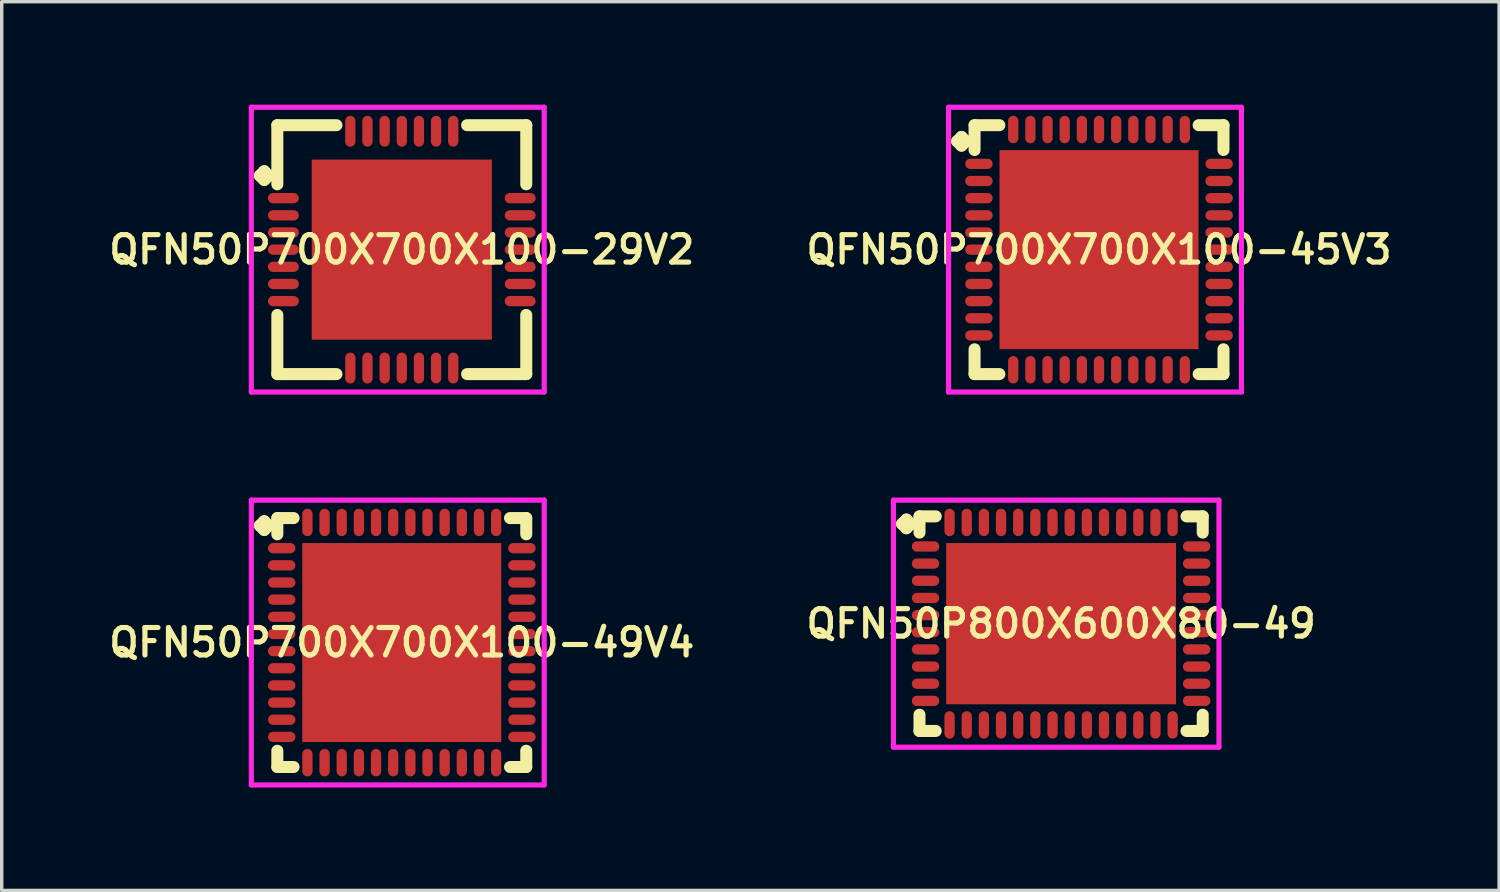
<source format=kicad_pcb>
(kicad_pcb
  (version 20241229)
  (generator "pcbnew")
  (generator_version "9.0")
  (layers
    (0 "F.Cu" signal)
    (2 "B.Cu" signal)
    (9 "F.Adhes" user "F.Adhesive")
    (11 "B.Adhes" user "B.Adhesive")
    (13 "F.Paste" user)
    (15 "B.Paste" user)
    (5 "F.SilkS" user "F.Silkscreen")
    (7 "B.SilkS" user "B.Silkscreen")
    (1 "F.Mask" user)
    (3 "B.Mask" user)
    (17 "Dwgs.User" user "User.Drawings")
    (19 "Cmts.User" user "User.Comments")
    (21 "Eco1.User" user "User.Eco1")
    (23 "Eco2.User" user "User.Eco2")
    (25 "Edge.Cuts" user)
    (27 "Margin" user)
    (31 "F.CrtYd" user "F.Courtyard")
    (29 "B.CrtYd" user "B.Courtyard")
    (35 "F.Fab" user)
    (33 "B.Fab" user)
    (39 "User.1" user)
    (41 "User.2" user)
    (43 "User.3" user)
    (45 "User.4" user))
  (footprint "QFN50P700X700X100-49V4"
    (layer "F.Cu")
    (at 8.659 15.675)
    (property "Reference" "QFN50P700X700X100-49V4" (at 0 0 0) (layer "F.SilkS") (effects (font (size 0.8 0.8) (thickness 0.15))))
    (attr smd)
    (fp_line (start -4.135 -3.408) (end -4.008 -3.535) (stroke (width 0.35) (type solid)) (layer "F.SilkS"))
    (fp_line (start -4.008 -3.535) (end -3.881 -3.408) (stroke (width 0.35) (type solid)) (layer "F.SilkS"))
    (fp_line (start -4.008 -3.281) (end -4.135 -3.408) (stroke (width 0.35) (type solid)) (layer "F.SilkS"))
    (fp_line (start -3.881 -3.408) (end -4.008 -3.281) (stroke (width 0.35) (type solid)) (layer "F.SilkS"))
    (fp_line (start -3.627 -3.627) (end -3.154 -3.627) (stroke (width 0.35) (type solid)) (layer "F.SilkS"))
    (fp_line (start -3.627 -3.154) (end -3.627 -3.627) (stroke (width 0.35) (type solid)) (layer "F.SilkS"))
    (fp_line (start -3.627 3.154) (end -3.627 3.627) (stroke (width 0.35) (type solid)) (layer "F.SilkS"))
    (fp_line (start -3.627 3.627) (end -3.154 3.627) (stroke (width 0.35) (type solid)) (layer "F.SilkS"))
    (fp_line (start 3.154 -3.627) (end 3.627 -3.627) (stroke (width 0.35) (type solid)) (layer "F.SilkS"))
    (fp_line (start 3.154 3.627) (end 3.627 3.627) (stroke (width 0.35) (type solid)) (layer "F.SilkS"))
    (fp_line (start 3.627 -3.627) (end 3.627 -3.154) (stroke (width 0.35) (type solid)) (layer "F.SilkS"))
    (fp_line (start 3.627 3.627) (end 3.627 3.154) (stroke (width 0.35) (type solid)) (layer "F.SilkS"))
    (fp_line (start -4.385 -4.15) (end 4.15 -4.15) (stroke (width 0.15) (type solid)) (layer "F.CrtYd"))
    (fp_line (start -4.385 4.15) (end -4.385 -4.15) (stroke (width 0.15) (type solid)) (layer "F.CrtYd"))
    (fp_line (start 4.15 -4.15) (end 4.15 4.15) (stroke (width 0.15) (type solid)) (layer "F.CrtYd"))
    (fp_line (start 4.15 4.15) (end -4.385 4.15) (stroke (width 0.15) (type solid)) (layer "F.CrtYd"))
    (pad "1" smd oval (at -3.5 -2.75) (size 0.8 0.3) (layers "F.Cu" "F.Mask" "F.Paste"))
    (pad "2" smd oval (at -3.5 -2.25) (size 0.8 0.3) (layers "F.Cu" "F.Mask" "F.Paste"))
    (pad "3" smd oval (at -3.5 -1.75) (size 0.8 0.3) (layers "F.Cu" "F.Mask" "F.Paste"))
    (pad "4" smd oval (at -3.5 -1.25) (size 0.8 0.3) (layers "F.Cu" "F.Mask" "F.Paste"))
    (pad "5" smd oval (at -3.5 -0.75) (size 0.8 0.3) (layers "F.Cu" "F.Mask" "F.Paste"))
    (pad "6" smd oval (at -3.5 -0.25) (size 0.8 0.3) (layers "F.Cu" "F.Mask" "F.Paste"))
    (pad "7" smd oval (at -3.5 0.25) (size 0.8 0.3) (layers "F.Cu" "F.Mask" "F.Paste"))
    (pad "8" smd oval (at -3.5 0.75) (size 0.8 0.3) (layers "F.Cu" "F.Mask" "F.Paste"))
    (pad "9" smd oval (at -3.5 1.25) (size 0.8 0.3) (layers "F.Cu" "F.Mask" "F.Paste"))
    (pad "10" smd oval (at -3.5 1.75) (size 0.8 0.3) (layers "F.Cu" "F.Mask" "F.Paste"))
    (pad "11" smd oval (at -3.5 2.25) (size 0.8 0.3) (layers "F.Cu" "F.Mask" "F.Paste"))
    (pad "12" smd oval (at -3.5 2.75) (size 0.8 0.3) (layers "F.Cu" "F.Mask" "F.Paste"))
    (pad "13" smd oval (at -2.75 3.5) (size 0.3 0.8) (layers "F.Cu" "F.Mask" "F.Paste"))
    (pad "14" smd oval (at -2.25 3.5) (size 0.3 0.8) (layers "F.Cu" "F.Mask" "F.Paste"))
    (pad "15" smd oval (at -1.75 3.5) (size 0.3 0.8) (layers "F.Cu" "F.Mask" "F.Paste"))
    (pad "16" smd oval (at -1.25 3.5) (size 0.3 0.8) (layers "F.Cu" "F.Mask" "F.Paste"))
    (pad "17" smd oval (at -0.75 3.5) (size 0.3 0.8) (layers "F.Cu" "F.Mask" "F.Paste"))
    (pad "18" smd oval (at -0.25 3.5) (size 0.3 0.8) (layers "F.Cu" "F.Mask" "F.Paste"))
    (pad "19" smd oval (at 0.25 3.5) (size 0.3 0.8) (layers "F.Cu" "F.Mask" "F.Paste"))
    (pad "20" smd oval (at 0.75 3.5) (size 0.3 0.8) (layers "F.Cu" "F.Mask" "F.Paste"))
    (pad "21" smd oval (at 1.25 3.5) (size 0.3 0.8) (layers "F.Cu" "F.Mask" "F.Paste"))
    (pad "22" smd oval (at 1.75 3.5) (size 0.3 0.8) (layers "F.Cu" "F.Mask" "F.Paste"))
    (pad "23" smd oval (at 2.25 3.5) (size 0.3 0.8) (layers "F.Cu" "F.Mask" "F.Paste"))
    (pad "24" smd oval (at 2.75 3.5) (size 0.3 0.8) (layers "F.Cu" "F.Mask" "F.Paste"))
    (pad "25" smd oval (at 3.5 2.75) (size 0.8 0.3) (layers "F.Cu" "F.Mask" "F.Paste"))
    (pad "26" smd oval (at 3.5 2.25) (size 0.8 0.3) (layers "F.Cu" "F.Mask" "F.Paste"))
    (pad "27" smd oval (at 3.5 1.75) (size 0.8 0.3) (layers "F.Cu" "F.Mask" "F.Paste"))
    (pad "28" smd oval (at 3.5 1.25) (size 0.8 0.3) (layers "F.Cu" "F.Mask" "F.Paste"))
    (pad "29" smd oval (at 3.5 0.75) (size 0.8 0.3) (layers "F.Cu" "F.Mask" "F.Paste"))
    (pad "30" smd oval (at 3.5 0.25) (size 0.8 0.3) (layers "F.Cu" "F.Mask" "F.Paste"))
    (pad "31" smd oval (at 3.5 -0.25) (size 0.8 0.3) (layers "F.Cu" "F.Mask" "F.Paste"))
    (pad "32" smd oval (at 3.5 -0.75) (size 0.8 0.3) (layers "F.Cu" "F.Mask" "F.Paste"))
    (pad "33" smd oval (at 3.5 -1.25) (size 0.8 0.3) (layers "F.Cu" "F.Mask" "F.Paste"))
    (pad "34" smd oval (at 3.5 -1.75) (size 0.8 0.3) (layers "F.Cu" "F.Mask" "F.Paste"))
    (pad "35" smd oval (at 3.5 -2.25) (size 0.8 0.3) (layers "F.Cu" "F.Mask" "F.Paste"))
    (pad "36" smd oval (at 3.5 -2.75) (size 0.8 0.3) (layers "F.Cu" "F.Mask" "F.Paste"))
    (pad "37" smd oval (at 2.75 -3.5) (size 0.3 0.8) (layers "F.Cu" "F.Mask" "F.Paste"))
    (pad "38" smd oval (at 2.25 -3.5) (size 0.3 0.8) (layers "F.Cu" "F.Mask" "F.Paste"))
    (pad "39" smd oval (at 1.75 -3.5) (size 0.3 0.8) (layers "F.Cu" "F.Mask" "F.Paste"))
    (pad "40" smd oval (at 1.25 -3.5) (size 0.3 0.8) (layers "F.Cu" "F.Mask" "F.Paste"))
    (pad "41" smd oval (at 0.75 -3.5) (size 0.3 0.8) (layers "F.Cu" "F.Mask" "F.Paste"))
    (pad "42" smd oval (at 0.25 -3.5) (size 0.3 0.8) (layers "F.Cu" "F.Mask" "F.Paste"))
    (pad "43" smd oval (at -0.25 -3.5) (size 0.3 0.8) (layers "F.Cu" "F.Mask" "F.Paste"))
    (pad "44" smd oval (at -0.75 -3.5) (size 0.3 0.8) (layers "F.Cu" "F.Mask" "F.Paste"))
    (pad "45" smd oval (at -1.25 -3.5) (size 0.3 0.8) (layers "F.Cu" "F.Mask" "F.Paste"))
    (pad "46" smd oval (at -1.75 -3.5) (size 0.3 0.8) (layers "F.Cu" "F.Mask" "F.Paste"))
    (pad "47" smd oval (at -2.25 -3.5) (size 0.3 0.8) (layers "F.Cu" "F.Mask" "F.Paste"))
    (pad "48" smd oval (at -2.75 -3.5) (size 0.3 0.8) (layers "F.Cu" "F.Mask" "F.Paste"))
    (pad "49" smd rect (at 0 0) (size 5.8 5.8) (layers "F.Cu" "F.Mask" "F.Paste")))
  (footprint "QFN50P700X700X100-45V3"
    (layer "F.Cu")
    (at 28.978 4.225)
    (property "Reference" "QFN50P700X700X100-45V3" (at 0 0 0) (layer "F.SilkS") (effects (font (size 0.8 0.8) (thickness 0.15))))
    (attr smd)
    (fp_line (start -4.135 -3.158) (end -4.008 -3.285) (stroke (width 0.35) (type solid)) (layer "F.SilkS"))
    (fp_line (start -4.008 -3.285) (end -3.881 -3.158) (stroke (width 0.35) (type solid)) (layer "F.SilkS"))
    (fp_line (start -4.008 -3.031) (end -4.135 -3.158) (stroke (width 0.35) (type solid)) (layer "F.SilkS"))
    (fp_line (start -3.881 -3.158) (end -4.008 -3.031) (stroke (width 0.35) (type solid)) (layer "F.SilkS"))
    (fp_line (start -3.627 -3.627) (end -2.904 -3.627) (stroke (width 0.35) (type solid)) (layer "F.SilkS"))
    (fp_line (start -3.627 -2.904) (end -3.627 -3.627) (stroke (width 0.35) (type solid)) (layer "F.SilkS"))
    (fp_line (start -3.627 2.904) (end -3.627 3.627) (stroke (width 0.35) (type solid)) (layer "F.SilkS"))
    (fp_line (start -3.627 3.627) (end -2.904 3.627) (stroke (width 0.35) (type solid)) (layer "F.SilkS"))
    (fp_line (start 2.904 -3.627) (end 3.627 -3.627) (stroke (width 0.35) (type solid)) (layer "F.SilkS"))
    (fp_line (start 2.904 3.627) (end 3.627 3.627) (stroke (width 0.35) (type solid)) (layer "F.SilkS"))
    (fp_line (start 3.627 -3.627) (end 3.627 -2.904) (stroke (width 0.35) (type solid)) (layer "F.SilkS"))
    (fp_line (start 3.627 3.627) (end 3.627 2.904) (stroke (width 0.35) (type solid)) (layer "F.SilkS"))
    (fp_line (start -4.385 -4.15) (end 4.15 -4.15) (stroke (width 0.15) (type solid)) (layer "F.CrtYd"))
    (fp_line (start -4.385 4.15) (end -4.385 -4.15) (stroke (width 0.15) (type solid)) (layer "F.CrtYd"))
    (fp_line (start 4.15 -4.15) (end 4.15 4.15) (stroke (width 0.15) (type solid)) (layer "F.CrtYd"))
    (fp_line (start 4.15 4.15) (end -4.385 4.15) (stroke (width 0.15) (type solid)) (layer "F.CrtYd"))
    (pad "1" smd oval (at -3.5 -2.5) (size 0.8 0.3) (layers "F.Cu" "F.Mask" "F.Paste"))
    (pad "2" smd oval (at -3.5 -2) (size 0.8 0.3) (layers "F.Cu" "F.Mask" "F.Paste"))
    (pad "3" smd oval (at -3.5 -1.5) (size 0.8 0.3) (layers "F.Cu" "F.Mask" "F.Paste"))
    (pad "4" smd oval (at -3.5 -1) (size 0.8 0.3) (layers "F.Cu" "F.Mask" "F.Paste"))
    (pad "5" smd oval (at -3.5 -0.5) (size 0.8 0.3) (layers "F.Cu" "F.Mask" "F.Paste"))
    (pad "6" smd oval (at -3.5 0) (size 0.8 0.3) (layers "F.Cu" "F.Mask" "F.Paste"))
    (pad "7" smd oval (at -3.5 0.5) (size 0.8 0.3) (layers "F.Cu" "F.Mask" "F.Paste"))
    (pad "8" smd oval (at -3.5 1) (size 0.8 0.3) (layers "F.Cu" "F.Mask" "F.Paste"))
    (pad "9" smd oval (at -3.5 1.5) (size 0.8 0.3) (layers "F.Cu" "F.Mask" "F.Paste"))
    (pad "10" smd oval (at -3.5 2) (size 0.8 0.3) (layers "F.Cu" "F.Mask" "F.Paste"))
    (pad "11" smd oval (at -3.5 2.5) (size 0.8 0.3) (layers "F.Cu" "F.Mask" "F.Paste"))
    (pad "12" smd oval (at -2.5 3.5) (size 0.3 0.8) (layers "F.Cu" "F.Mask" "F.Paste"))
    (pad "13" smd oval (at -2 3.5) (size 0.3 0.8) (layers "F.Cu" "F.Mask" "F.Paste"))
    (pad "14" smd oval (at -1.5 3.5) (size 0.3 0.8) (layers "F.Cu" "F.Mask" "F.Paste"))
    (pad "15" smd oval (at -1 3.5) (size 0.3 0.8) (layers "F.Cu" "F.Mask" "F.Paste"))
    (pad "16" smd oval (at -0.5 3.5) (size 0.3 0.8) (layers "F.Cu" "F.Mask" "F.Paste"))
    (pad "17" smd oval (at 0 3.5) (size 0.3 0.8) (layers "F.Cu" "F.Mask" "F.Paste"))
    (pad "18" smd oval (at 0.5 3.5) (size 0.3 0.8) (layers "F.Cu" "F.Mask" "F.Paste"))
    (pad "19" smd oval (at 1 3.5) (size 0.3 0.8) (layers "F.Cu" "F.Mask" "F.Paste"))
    (pad "20" smd oval (at 1.5 3.5) (size 0.3 0.8) (layers "F.Cu" "F.Mask" "F.Paste"))
    (pad "21" smd oval (at 2 3.5) (size 0.3 0.8) (layers "F.Cu" "F.Mask" "F.Paste"))
    (pad "22" smd oval (at 2.5 3.5) (size 0.3 0.8) (layers "F.Cu" "F.Mask" "F.Paste"))
    (pad "23" smd oval (at 3.5 2.5) (size 0.8 0.3) (layers "F.Cu" "F.Mask" "F.Paste"))
    (pad "24" smd oval (at 3.5 2) (size 0.8 0.3) (layers "F.Cu" "F.Mask" "F.Paste"))
    (pad "25" smd oval (at 3.5 1.5) (size 0.8 0.3) (layers "F.Cu" "F.Mask" "F.Paste"))
    (pad "26" smd oval (at 3.5 1) (size 0.8 0.3) (layers "F.Cu" "F.Mask" "F.Paste"))
    (pad "27" smd oval (at 3.5 0.5) (size 0.8 0.3) (layers "F.Cu" "F.Mask" "F.Paste"))
    (pad "28" smd oval (at 3.5 0) (size 0.8 0.3) (layers "F.Cu" "F.Mask" "F.Paste"))
    (pad "29" smd oval (at 3.5 -0.5) (size 0.8 0.3) (layers "F.Cu" "F.Mask" "F.Paste"))
    (pad "30" smd oval (at 3.5 -1) (size 0.8 0.3) (layers "F.Cu" "F.Mask" "F.Paste"))
    (pad "31" smd oval (at 3.5 -1.5) (size 0.8 0.3) (layers "F.Cu" "F.Mask" "F.Paste"))
    (pad "32" smd oval (at 3.5 -2) (size 0.8 0.3) (layers "F.Cu" "F.Mask" "F.Paste"))
    (pad "33" smd oval (at 3.5 -2.5) (size 0.8 0.3) (layers "F.Cu" "F.Mask" "F.Paste"))
    (pad "34" smd oval (at 2.5 -3.5) (size 0.3 0.8) (layers "F.Cu" "F.Mask" "F.Paste"))
    (pad "35" smd oval (at 2 -3.5) (size 0.3 0.8) (layers "F.Cu" "F.Mask" "F.Paste"))
    (pad "36" smd oval (at 1.5 -3.5) (size 0.3 0.8) (layers "F.Cu" "F.Mask" "F.Paste"))
    (pad "37" smd oval (at 1 -3.5) (size 0.3 0.8) (layers "F.Cu" "F.Mask" "F.Paste"))
    (pad "38" smd oval (at 0.5 -3.5) (size 0.3 0.8) (layers "F.Cu" "F.Mask" "F.Paste"))
    (pad "39" smd oval (at 0 -3.5) (size 0.3 0.8) (layers "F.Cu" "F.Mask" "F.Paste"))
    (pad "40" smd oval (at -0.5 -3.5) (size 0.3 0.8) (layers "F.Cu" "F.Mask" "F.Paste"))
    (pad "41" smd oval (at -1 -3.5) (size 0.3 0.8) (layers "F.Cu" "F.Mask" "F.Paste"))
    (pad "42" smd oval (at -1.5 -3.5) (size 0.3 0.8) (layers "F.Cu" "F.Mask" "F.Paste"))
    (pad "43" smd oval (at -2 -3.5) (size 0.3 0.8) (layers "F.Cu" "F.Mask" "F.Paste"))
    (pad "44" smd oval (at -2.5 -3.5) (size 0.3 0.8) (layers "F.Cu" "F.Mask" "F.Paste"))
    (pad "45" smd rect (at 0 0) (size 5.8 5.8) (layers "F.Cu" "F.Mask" "F.Paste")))
  (footprint "QFN50P800X600X80-49"
    (layer "F.Cu")
    (at 27.873 15.125)
    (property "Reference" "QFN50P800X600X80-49" (at 0 0 0) (layer "F.SilkS") (effects (font (size 0.8 0.8) (thickness 0.15))))
    (attr smd)
    (fp_line (start -4.635 -2.908) (end -4.508 -3.035) (stroke (width 0.35) (type solid)) (layer "F.SilkS"))
    (fp_line (start -4.508 -3.035) (end -4.381 -2.908) (stroke (width 0.35) (type solid)) (layer "F.SilkS"))
    (fp_line (start -4.508 -2.781) (end -4.635 -2.908) (stroke (width 0.35) (type solid)) (layer "F.SilkS"))
    (fp_line (start -4.381 -2.908) (end -4.508 -2.781) (stroke (width 0.35) (type solid)) (layer "F.SilkS"))
    (fp_line (start -4.127 -3.127) (end -3.654 -3.127) (stroke (width 0.35) (type solid)) (layer "F.SilkS"))
    (fp_line (start -4.127 -2.654) (end -4.127 -3.127) (stroke (width 0.35) (type solid)) (layer "F.SilkS"))
    (fp_line (start -4.127 2.654) (end -4.127 3.127) (stroke (width 0.35) (type solid)) (layer "F.SilkS"))
    (fp_line (start -4.127 3.127) (end -3.654 3.127) (stroke (width 0.35) (type solid)) (layer "F.SilkS"))
    (fp_line (start 3.654 -3.127) (end 4.127 -3.127) (stroke (width 0.35) (type solid)) (layer "F.SilkS"))
    (fp_line (start 3.654 3.127) (end 4.127 3.127) (stroke (width 0.35) (type solid)) (layer "F.SilkS"))
    (fp_line (start 4.127 -3.127) (end 4.127 -2.654) (stroke (width 0.35) (type solid)) (layer "F.SilkS"))
    (fp_line (start 4.127 3.127) (end 4.127 2.654) (stroke (width 0.35) (type solid)) (layer "F.SilkS"))
    (fp_line (start -4.885 -3.6) (end 4.6 -3.6) (stroke (width 0.15) (type solid)) (layer "F.CrtYd"))
    (fp_line (start -4.885 3.6) (end -4.885 -3.6) (stroke (width 0.15) (type solid)) (layer "F.CrtYd"))
    (fp_line (start 4.6 -3.6) (end 4.6 3.6) (stroke (width 0.15) (type solid)) (layer "F.CrtYd"))
    (fp_line (start 4.6 3.6) (end -4.885 3.6) (stroke (width 0.15) (type solid)) (layer "F.CrtYd"))
    (pad "1" smd oval (at -3.95 -2.25) (size 0.8 0.3) (layers "F.Cu" "F.Mask" "F.Paste"))
    (pad "2" smd oval (at -3.95 -1.75) (size 0.8 0.3) (layers "F.Cu" "F.Mask" "F.Paste"))
    (pad "3" smd oval (at -3.95 -1.25) (size 0.8 0.3) (layers "F.Cu" "F.Mask" "F.Paste"))
    (pad "4" smd oval (at -3.95 -0.75) (size 0.8 0.3) (layers "F.Cu" "F.Mask" "F.Paste"))
    (pad "5" smd oval (at -3.95 -0.25) (size 0.8 0.3) (layers "F.Cu" "F.Mask" "F.Paste"))
    (pad "6" smd oval (at -3.95 0.25) (size 0.8 0.3) (layers "F.Cu" "F.Mask" "F.Paste"))
    (pad "7" smd oval (at -3.95 0.75) (size 0.8 0.3) (layers "F.Cu" "F.Mask" "F.Paste"))
    (pad "8" smd oval (at -3.95 1.25) (size 0.8 0.3) (layers "F.Cu" "F.Mask" "F.Paste"))
    (pad "9" smd oval (at -3.95 1.75) (size 0.8 0.3) (layers "F.Cu" "F.Mask" "F.Paste"))
    (pad "10" smd oval (at -3.95 2.25) (size 0.8 0.3) (layers "F.Cu" "F.Mask" "F.Paste"))
    (pad "11" smd oval (at -3.25 2.95) (size 0.3 0.8) (layers "F.Cu" "F.Mask" "F.Paste"))
    (pad "12" smd oval (at -2.75 2.95) (size 0.3 0.8) (layers "F.Cu" "F.Mask" "F.Paste"))
    (pad "13" smd oval (at -2.25 2.95) (size 0.3 0.8) (layers "F.Cu" "F.Mask" "F.Paste"))
    (pad "14" smd oval (at -1.75 2.95) (size 0.3 0.8) (layers "F.Cu" "F.Mask" "F.Paste"))
    (pad "15" smd oval (at -1.25 2.95) (size 0.3 0.8) (layers "F.Cu" "F.Mask" "F.Paste"))
    (pad "16" smd oval (at -0.75 2.95) (size 0.3 0.8) (layers "F.Cu" "F.Mask" "F.Paste"))
    (pad "17" smd oval (at -0.25 2.95) (size 0.3 0.8) (layers "F.Cu" "F.Mask" "F.Paste"))
    (pad "18" smd oval (at 0.25 2.95) (size 0.3 0.8) (layers "F.Cu" "F.Mask" "F.Paste"))
    (pad "19" smd oval (at 0.75 2.95) (size 0.3 0.8) (layers "F.Cu" "F.Mask" "F.Paste"))
    (pad "20" smd oval (at 1.25 2.95) (size 0.3 0.8) (layers "F.Cu" "F.Mask" "F.Paste"))
    (pad "21" smd oval (at 1.75 2.95) (size 0.3 0.8) (layers "F.Cu" "F.Mask" "F.Paste"))
    (pad "22" smd oval (at 2.25 2.95) (size 0.3 0.8) (layers "F.Cu" "F.Mask" "F.Paste"))
    (pad "23" smd oval (at 2.75 2.95) (size 0.3 0.8) (layers "F.Cu" "F.Mask" "F.Paste"))
    (pad "24" smd oval (at 3.25 2.95) (size 0.3 0.8) (layers "F.Cu" "F.Mask" "F.Paste"))
    (pad "25" smd oval (at 3.95 2.25) (size 0.8 0.3) (layers "F.Cu" "F.Mask" "F.Paste"))
    (pad "26" smd oval (at 3.95 1.75) (size 0.8 0.3) (layers "F.Cu" "F.Mask" "F.Paste"))
    (pad "27" smd oval (at 3.95 1.25) (size 0.8 0.3) (layers "F.Cu" "F.Mask" "F.Paste"))
    (pad "28" smd oval (at 3.95 0.75) (size 0.8 0.3) (layers "F.Cu" "F.Mask" "F.Paste"))
    (pad "29" smd oval (at 3.95 0.25) (size 0.8 0.3) (layers "F.Cu" "F.Mask" "F.Paste"))
    (pad "30" smd oval (at 3.95 -0.25) (size 0.8 0.3) (layers "F.Cu" "F.Mask" "F.Paste"))
    (pad "31" smd oval (at 3.95 -0.75) (size 0.8 0.3) (layers "F.Cu" "F.Mask" "F.Paste"))
    (pad "32" smd oval (at 3.95 -1.25) (size 0.8 0.3) (layers "F.Cu" "F.Mask" "F.Paste"))
    (pad "33" smd oval (at 3.95 -1.75) (size 0.8 0.3) (layers "F.Cu" "F.Mask" "F.Paste"))
    (pad "34" smd oval (at 3.95 -2.25) (size 0.8 0.3) (layers "F.Cu" "F.Mask" "F.Paste"))
    (pad "35" smd oval (at 3.25 -2.95) (size 0.3 0.8) (layers "F.Cu" "F.Mask" "F.Paste"))
    (pad "36" smd oval (at 2.75 -2.95) (size 0.3 0.8) (layers "F.Cu" "F.Mask" "F.Paste"))
    (pad "37" smd oval (at 2.25 -2.95) (size 0.3 0.8) (layers "F.Cu" "F.Mask" "F.Paste"))
    (pad "38" smd oval (at 1.75 -2.95) (size 0.3 0.8) (layers "F.Cu" "F.Mask" "F.Paste"))
    (pad "39" smd oval (at 1.25 -2.95) (size 0.3 0.8) (layers "F.Cu" "F.Mask" "F.Paste"))
    (pad "40" smd oval (at 0.75 -2.95) (size 0.3 0.8) (layers "F.Cu" "F.Mask" "F.Paste"))
    (pad "41" smd oval (at 0.25 -2.95) (size 0.3 0.8) (layers "F.Cu" "F.Mask" "F.Paste"))
    (pad "42" smd oval (at -0.25 -2.95) (size 0.3 0.8) (layers "F.Cu" "F.Mask" "F.Paste"))
    (pad "43" smd oval (at -0.75 -2.95) (size 0.3 0.8) (layers "F.Cu" "F.Mask" "F.Paste"))
    (pad "44" smd oval (at -1.25 -2.95) (size 0.3 0.8) (layers "F.Cu" "F.Mask" "F.Paste"))
    (pad "45" smd oval (at -1.75 -2.95) (size 0.3 0.8) (layers "F.Cu" "F.Mask" "F.Paste"))
    (pad "46" smd oval (at -2.25 -2.95) (size 0.3 0.8) (layers "F.Cu" "F.Mask" "F.Paste"))
    (pad "47" smd oval (at -2.75 -2.95) (size 0.3 0.8) (layers "F.Cu" "F.Mask" "F.Paste"))
    (pad "48" smd oval (at -3.25 -2.95) (size 0.3 0.8) (layers "F.Cu" "F.Mask" "F.Paste"))
    (pad "49" smd rect (at 0 0) (size 6.7 4.7) (layers "F.Cu" "F.Mask" "F.Paste")))
  (footprint "QFN50P700X700X100-29V2"
    (layer "F.Cu")
    (at 8.659 4.225)
    (property "Reference" "QFN50P700X700X100-29V2" (at 0 0 0) (layer "F.SilkS") (effects (font (size 0.8 0.8) (thickness 0.15))))
    (attr smd)
    (fp_line (start -4.135 -2.158) (end -4.008 -2.285) (stroke (width 0.35) (type solid)) (layer "F.SilkS"))
    (fp_line (start -4.008 -2.285) (end -3.881 -2.158) (stroke (width 0.35) (type solid)) (layer "F.SilkS"))
    (fp_line (start -4.008 -2.031) (end -4.135 -2.158) (stroke (width 0.35) (type solid)) (layer "F.SilkS"))
    (fp_line (start -3.881 -2.158) (end -4.008 -2.031) (stroke (width 0.35) (type solid)) (layer "F.SilkS"))
    (fp_line (start -3.627 -3.627) (end -1.904 -3.627) (stroke (width 0.35) (type solid)) (layer "F.SilkS"))
    (fp_line (start -3.627 -1.904) (end -3.627 -3.627) (stroke (width 0.35) (type solid)) (layer "F.SilkS"))
    (fp_line (start -3.627 1.904) (end -3.627 3.627) (stroke (width 0.35) (type solid)) (layer "F.SilkS"))
    (fp_line (start -3.627 3.627) (end -1.904 3.627) (stroke (width 0.35) (type solid)) (layer "F.SilkS"))
    (fp_line (start 1.904 -3.627) (end 3.627 -3.627) (stroke (width 0.35) (type solid)) (layer "F.SilkS"))
    (fp_line (start 1.904 3.627) (end 3.627 3.627) (stroke (width 0.35) (type solid)) (layer "F.SilkS"))
    (fp_line (start 3.627 -3.627) (end 3.627 -1.904) (stroke (width 0.35) (type solid)) (layer "F.SilkS"))
    (fp_line (start 3.627 3.627) (end 3.627 1.904) (stroke (width 0.35) (type solid)) (layer "F.SilkS"))
    (fp_line (start -4.385 -4.15) (end 4.15 -4.15) (stroke (width 0.15) (type solid)) (layer "F.CrtYd"))
    (fp_line (start -4.385 4.15) (end -4.385 -4.15) (stroke (width 0.15) (type solid)) (layer "F.CrtYd"))
    (fp_line (start 4.15 -4.15) (end 4.15 4.15) (stroke (width 0.15) (type solid)) (layer "F.CrtYd"))
    (fp_line (start 4.15 4.15) (end -4.385 4.15) (stroke (width 0.15) (type solid)) (layer "F.CrtYd"))
    (pad "1" smd oval (at -3.45 -1.5) (size 0.9 0.3) (layers "F.Cu" "F.Mask" "F.Paste"))
    (pad "2" smd oval (at -3.45 -1) (size 0.9 0.3) (layers "F.Cu" "F.Mask" "F.Paste"))
    (pad "3" smd oval (at -3.45 -0.5) (size 0.9 0.3) (layers "F.Cu" "F.Mask" "F.Paste"))
    (pad "4" smd oval (at -3.45 0) (size 0.9 0.3) (layers "F.Cu" "F.Mask" "F.Paste"))
    (pad "5" smd oval (at -3.45 0.5) (size 0.9 0.3) (layers "F.Cu" "F.Mask" "F.Paste"))
    (pad "6" smd oval (at -3.45 1) (size 0.9 0.3) (layers "F.Cu" "F.Mask" "F.Paste"))
    (pad "7" smd oval (at -3.45 1.5) (size 0.9 0.3) (layers "F.Cu" "F.Mask" "F.Paste"))
    (pad "8" smd oval (at -1.5 3.45) (size 0.3 0.9) (layers "F.Cu" "F.Mask" "F.Paste"))
    (pad "9" smd oval (at -1 3.45) (size 0.3 0.9) (layers "F.Cu" "F.Mask" "F.Paste"))
    (pad "10" smd oval (at -0.5 3.45) (size 0.3 0.9) (layers "F.Cu" "F.Mask" "F.Paste"))
    (pad "11" smd oval (at 0 3.45) (size 0.3 0.9) (layers "F.Cu" "F.Mask" "F.Paste"))
    (pad "12" smd oval (at 0.5 3.45) (size 0.3 0.9) (layers "F.Cu" "F.Mask" "F.Paste"))
    (pad "13" smd oval (at 1 3.45) (size 0.3 0.9) (layers "F.Cu" "F.Mask" "F.Paste"))
    (pad "14" smd oval (at 1.5 3.45) (size 0.3 0.9) (layers "F.Cu" "F.Mask" "F.Paste"))
    (pad "15" smd oval (at 3.45 1.5) (size 0.9 0.3) (layers "F.Cu" "F.Mask" "F.Paste"))
    (pad "16" smd oval (at 3.45 1) (size 0.9 0.3) (layers "F.Cu" "F.Mask" "F.Paste"))
    (pad "17" smd oval (at 3.45 0.5) (size 0.9 0.3) (layers "F.Cu" "F.Mask" "F.Paste"))
    (pad "18" smd oval (at 3.45 0) (size 0.9 0.3) (layers "F.Cu" "F.Mask" "F.Paste"))
    (pad "19" smd oval (at 3.45 -0.5) (size 0.9 0.3) (layers "F.Cu" "F.Mask" "F.Paste"))
    (pad "20" smd oval (at 3.45 -1) (size 0.9 0.3) (layers "F.Cu" "F.Mask" "F.Paste"))
    (pad "21" smd oval (at 3.45 -1.5) (size 0.9 0.3) (layers "F.Cu" "F.Mask" "F.Paste"))
    (pad "22" smd oval (at 1.5 -3.45) (size 0.3 0.9) (layers "F.Cu" "F.Mask" "F.Paste"))
    (pad "23" smd oval (at 1 -3.45) (size 0.3 0.9) (layers "F.Cu" "F.Mask" "F.Paste"))
    (pad "24" smd oval (at 0.5 -3.45) (size 0.3 0.9) (layers "F.Cu" "F.Mask" "F.Paste"))
    (pad "25" smd oval (at 0 -3.45) (size 0.3 0.9) (layers "F.Cu" "F.Mask" "F.Paste"))
    (pad "26" smd oval (at -0.5 -3.45) (size 0.3 0.9) (layers "F.Cu" "F.Mask" "F.Paste"))
    (pad "27" smd oval (at -1 -3.45) (size 0.3 0.9) (layers "F.Cu" "F.Mask" "F.Paste"))
    (pad "28" smd oval (at -1.5 -3.45) (size 0.3 0.9) (layers "F.Cu" "F.Mask" "F.Paste"))
    (pad "29" smd rect (at 0 0) (size 5.25 5.25) (layers "F.Cu" "F.Mask" "F.Paste")))
  (gr_rect
    (start -3 -3)
    (end 40.637 22.9)
    (stroke (width 0.1) (type default))
    (fill no)
    (layer "Edge.Cuts")))
</source>
